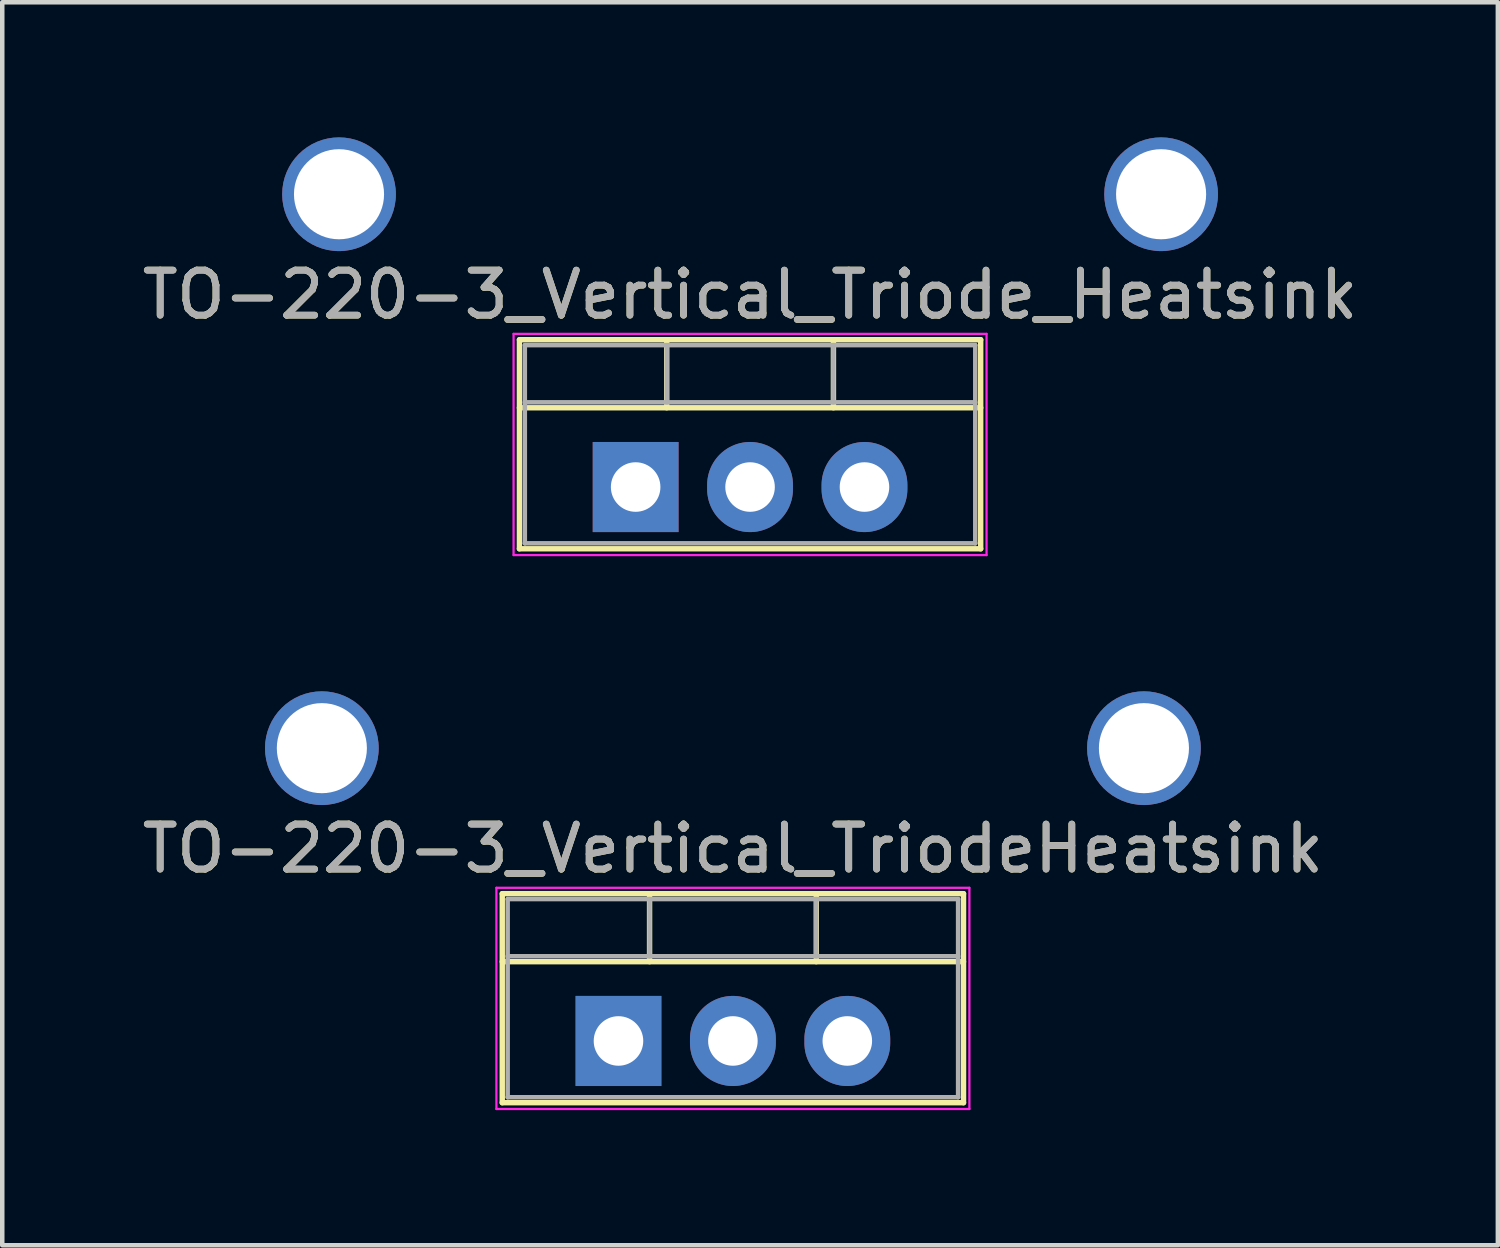
<source format=kicad_pcb>
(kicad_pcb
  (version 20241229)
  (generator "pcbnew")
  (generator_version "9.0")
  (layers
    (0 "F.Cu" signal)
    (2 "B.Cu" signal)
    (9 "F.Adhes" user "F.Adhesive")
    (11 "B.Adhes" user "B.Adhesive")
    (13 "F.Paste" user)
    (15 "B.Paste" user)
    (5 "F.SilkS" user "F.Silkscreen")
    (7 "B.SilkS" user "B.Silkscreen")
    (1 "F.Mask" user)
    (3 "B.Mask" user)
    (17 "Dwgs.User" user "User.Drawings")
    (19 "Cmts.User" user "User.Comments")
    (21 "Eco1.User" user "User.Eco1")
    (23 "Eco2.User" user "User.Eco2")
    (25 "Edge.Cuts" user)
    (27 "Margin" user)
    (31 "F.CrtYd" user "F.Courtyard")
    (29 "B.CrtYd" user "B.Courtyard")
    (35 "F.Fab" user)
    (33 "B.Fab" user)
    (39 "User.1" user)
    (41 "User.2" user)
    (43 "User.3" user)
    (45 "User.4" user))
  (footprint "TO-220-3_Vertical_Triode_Heatsink"
    (layer "F.Cu")
    (at 11.061 7.762)
    (property "Reference" "TO-220-3_Vertical_Triode_Heatsink" (at 2.54 -4.27 0) (layer "F.SilkS") (effects (font (size 1 1) (thickness 0.15))))
    (attr through_hole)
    (fp_line (start -2.58 -3.27) (end -2.58 1.371) (stroke (width 0.12) (type solid)) (layer "F.SilkS"))
    (fp_line (start -2.58 -3.27) (end 7.66 -3.27) (stroke (width 0.12) (type solid)) (layer "F.SilkS"))
    (fp_line (start -2.58 -1.76) (end 7.66 -1.76) (stroke (width 0.12) (type solid)) (layer "F.SilkS"))
    (fp_line (start -2.58 1.371) (end 7.66 1.371) (stroke (width 0.12) (type solid)) (layer "F.SilkS"))
    (fp_line (start 0.69 -3.27) (end 0.69 -1.76) (stroke (width 0.12) (type solid)) (layer "F.SilkS"))
    (fp_line (start 4.391 -3.27) (end 4.391 -1.76) (stroke (width 0.12) (type solid)) (layer "F.SilkS"))
    (fp_line (start 7.66 -3.27) (end 7.66 1.371) (stroke (width 0.12) (type solid)) (layer "F.SilkS"))
    (fp_line (start -2.71 -3.4) (end -2.71 1.51) (stroke (width 0.05) (type solid)) (layer "F.CrtYd"))
    (fp_line (start -2.71 1.51) (end 7.79 1.51) (stroke (width 0.05) (type solid)) (layer "F.CrtYd"))
    (fp_line (start 7.79 -3.4) (end -2.71 -3.4) (stroke (width 0.05) (type solid)) (layer "F.CrtYd"))
    (fp_line (start 7.79 1.51) (end 7.79 -3.4) (stroke (width 0.05) (type solid)) (layer "F.CrtYd"))
    (fp_line (start -2.46 -3.15) (end -2.46 1.25) (stroke (width 0.1) (type solid)) (layer "F.Fab"))
    (fp_line (start -2.46 -1.88) (end 7.54 -1.88) (stroke (width 0.1) (type solid)) (layer "F.Fab"))
    (fp_line (start -2.46 1.25) (end 7.54 1.25) (stroke (width 0.1) (type solid)) (layer "F.Fab"))
    (fp_line (start 0.69 -3.15) (end 0.69 -1.88) (stroke (width 0.1) (type solid)) (layer "F.Fab"))
    (fp_line (start 4.39 -3.15) (end 4.39 -1.88) (stroke (width 0.1) (type solid)) (layer "F.Fab"))
    (fp_line (start 7.54 -3.15) (end -2.46 -3.15) (stroke (width 0.1) (type solid)) (layer "F.Fab"))
    (fp_line (start 7.54 1.25) (end 7.54 -3.15) (stroke (width 0.1) (type solid)) (layer "F.Fab"))
    (fp_text user "${REFERENCE}" (at 2.54 -4.27 0) (layer "F.Fab") (effects (font (size 1 1) (thickness 0.15))))
    (pad "1" thru_hole rect (at 0 0) (size 1.905 2) (drill 1.1) (layers "*.Cu" "*.Mask"))
    (pad "2" thru_hole oval (at 2.54 0) (size 1.905 2) (drill 1.1) (layers "*.Cu" "*.Mask"))
    (pad "3" thru_hole oval (at 5.08 0) (size 1.905 2) (drill 1.1) (layers "*.Cu" "*.Mask"))
    (pad "4" thru_hole circle (at -6.585 -6.5) (size 2.524 2.524) (drill 2) (layers "*.Cu" "*.Mask"))
    (pad "5" thru_hole circle (at 11.665 -6.5) (size 2.524 2.524) (drill 2) (layers "*.Cu" "*.Mask")))
  (footprint "TO-220-3_Vertical_TriodeHeatsink"
    (layer "F.Cu")
    (at 10.68 20.059)
    (property "Reference" "TO-220-3_Vertical_TriodeHeatsink" (at 2.54 -4.27 0) (layer "F.SilkS") (effects (font (size 1 1) (thickness 0.15))))
    (attr through_hole)
    (fp_line (start -2.58 -3.27) (end -2.58 1.371) (stroke (width 0.12) (type solid)) (layer "F.SilkS"))
    (fp_line (start -2.58 -3.27) (end 7.66 -3.27) (stroke (width 0.12) (type solid)) (layer "F.SilkS"))
    (fp_line (start -2.58 -1.76) (end 7.66 -1.76) (stroke (width 0.12) (type solid)) (layer "F.SilkS"))
    (fp_line (start -2.58 1.371) (end 7.66 1.371) (stroke (width 0.12) (type solid)) (layer "F.SilkS"))
    (fp_line (start 0.69 -3.27) (end 0.69 -1.76) (stroke (width 0.12) (type solid)) (layer "F.SilkS"))
    (fp_line (start 4.391 -3.27) (end 4.391 -1.76) (stroke (width 0.12) (type solid)) (layer "F.SilkS"))
    (fp_line (start 7.66 -3.27) (end 7.66 1.371) (stroke (width 0.12) (type solid)) (layer "F.SilkS"))
    (fp_line (start -2.71 -3.4) (end -2.71 1.51) (stroke (width 0.05) (type solid)) (layer "F.CrtYd"))
    (fp_line (start -2.71 1.51) (end 7.79 1.51) (stroke (width 0.05) (type solid)) (layer "F.CrtYd"))
    (fp_line (start 7.79 -3.4) (end -2.71 -3.4) (stroke (width 0.05) (type solid)) (layer "F.CrtYd"))
    (fp_line (start 7.79 1.51) (end 7.79 -3.4) (stroke (width 0.05) (type solid)) (layer "F.CrtYd"))
    (fp_line (start -2.46 -3.15) (end -2.46 1.25) (stroke (width 0.1) (type solid)) (layer "F.Fab"))
    (fp_line (start -2.46 -1.88) (end 7.54 -1.88) (stroke (width 0.1) (type solid)) (layer "F.Fab"))
    (fp_line (start -2.46 1.25) (end 7.54 1.25) (stroke (width 0.1) (type solid)) (layer "F.Fab"))
    (fp_line (start 0.69 -3.15) (end 0.69 -1.88) (stroke (width 0.1) (type solid)) (layer "F.Fab"))
    (fp_line (start 4.39 -3.15) (end 4.39 -1.88) (stroke (width 0.1) (type solid)) (layer "F.Fab"))
    (fp_line (start 7.54 -3.15) (end -2.46 -3.15) (stroke (width 0.1) (type solid)) (layer "F.Fab"))
    (fp_line (start 7.54 1.25) (end 7.54 -3.15) (stroke (width 0.1) (type solid)) (layer "F.Fab"))
    (fp_text user "${REFERENCE}" (at 2.54 -4.27 0) (layer "F.Fab") (effects (font (size 1 1) (thickness 0.15))))
    (pad "1" thru_hole rect (at 0 0) (size 1.905 2) (drill 1.1) (layers "*.Cu" "*.Mask"))
    (pad "2" thru_hole oval (at 2.54 0) (size 1.905 2) (drill 1.1) (layers "*.Cu" "*.Mask"))
    (pad "3" thru_hole oval (at 5.08 0) (size 1.905 2) (drill 1.1) (layers "*.Cu" "*.Mask"))
    (pad "4" thru_hole circle (at -6.585 -6.5) (size 2.524 2.524) (drill 2) (layers "*.Cu" "*.Mask"))
    (pad "5" thru_hole circle (at 11.665 -6.5) (size 2.524 2.524) (drill 2) (layers "*.Cu" "*.Mask")))
  (gr_rect
    (start -3 -3)
    (end 30.202 24.594)
    (stroke (width 0.1) (type default))
    (fill no)
    (layer "Edge.Cuts")))
</source>
